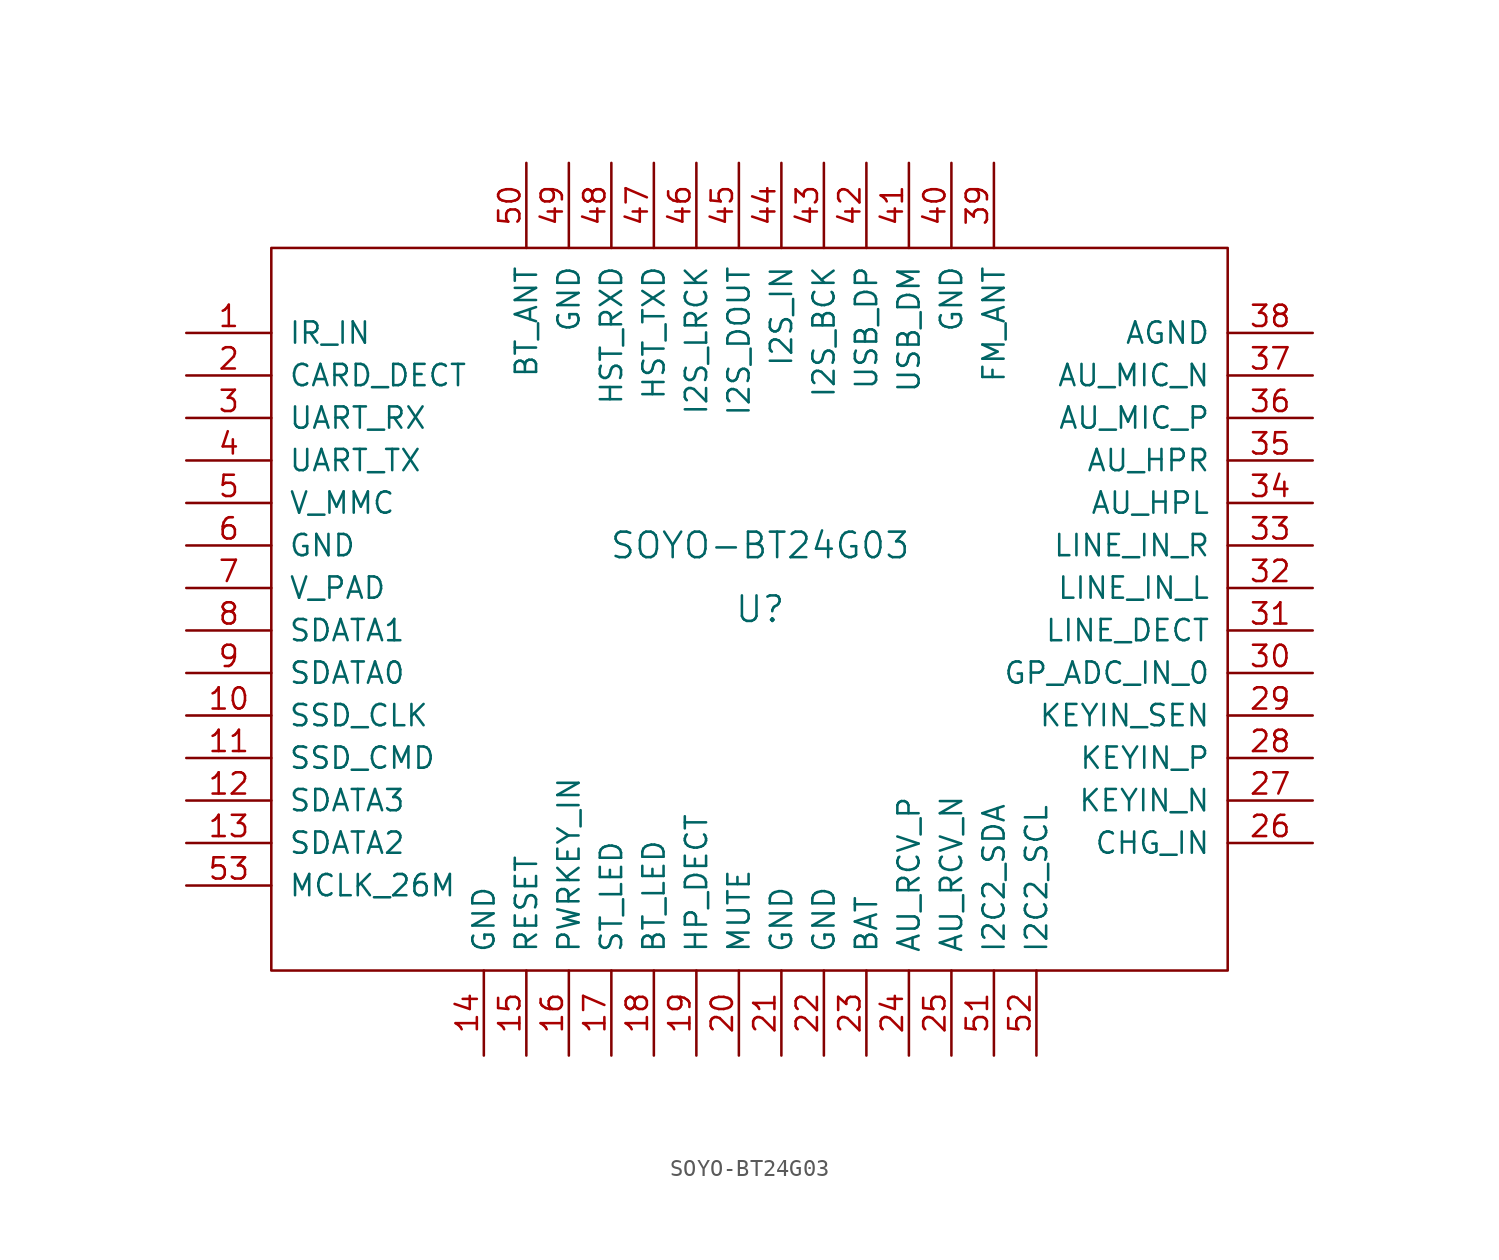
<source format=kicad_sym>
(kicad_symbol_lib
  (version 20211014)
  (generator kicad_symbol_editor)
  (symbol "SOYO-BT24G03"
    (pin_names
      (offset 1.016))
    (property "Reference" "U"
      (at 19.05 -2.54 0)
      (effects (font (size 1.524 1.524))))
    (property "Value" "SOYO-BT24G03"
      (at 19.05 1.27 0)
      (effects (font (size 1.524 1.524))))
    (property "Footprint" ""
      (at 1.27 0 0)
      (effects (font (size 1.524 1.524))))
    (property "Datasheet" ""
      (at 1.27 0 0)
      (effects (font (size 1.524 1.524))))
    (symbol "SOYO-BT24G03_0_1"
      (rectangle (start -10.16 19.05) (end 46.99 -24.13) (stroke (width 0) (type default) (color 0 0 0 0)) (fill (type none))))
    (symbol "SOYO-BT24G03_1_1"
      (pin input line (at -15.24 13.97 0) (length 5.08) (name "IR_IN" (effects (font (size 1.27 1.27)))) (number "1" (effects (font (size 1.27 1.27)))))
      (pin input line (at -15.24 -8.89 0) (length 5.08) (name "SSD_CLK" (effects (font (size 1.27 1.27)))) (number "10" (effects (font (size 1.27 1.27)))))
      (pin input line (at -15.24 -11.43 0) (length 5.08) (name "SSD_CMD" (effects (font (size 1.27 1.27)))) (number "11" (effects (font (size 1.27 1.27)))))
      (pin input line (at -15.24 -13.97 0) (length 5.08) (name "SDATA3" (effects (font (size 1.27 1.27)))) (number "12" (effects (font (size 1.27 1.27)))))
      (pin input line (at -15.24 -16.51 0) (length 5.08) (name "SDATA2" (effects (font (size 1.27 1.27)))) (number "13" (effects (font (size 1.27 1.27)))))
      (pin input line (at 2.54 -29.21 90) (length 5.08) (name "GND" (effects (font (size 1.27 1.27)))) (number "14" (effects (font (size 1.27 1.27)))))
      (pin input line (at 5.08 -29.21 90) (length 5.08) (name "RESET" (effects (font (size 1.27 1.27)))) (number "15" (effects (font (size 1.27 1.27)))))
      (pin input line (at 7.62 -29.21 90) (length 5.08) (name "PWRKEY_IN" (effects (font (size 1.27 1.27)))) (number "16" (effects (font (size 1.27 1.27)))))
      (pin input line (at 10.16 -29.21 90) (length 5.08) (name "ST_LED" (effects (font (size 1.27 1.27)))) (number "17" (effects (font (size 1.27 1.27)))))
      (pin input line (at 12.7 -29.21 90) (length 5.08) (name "BT_LED" (effects (font (size 1.27 1.27)))) (number "18" (effects (font (size 1.27 1.27)))))
      (pin input line (at 15.24 -29.21 90) (length 5.08) (name "HP_DECT" (effects (font (size 1.27 1.27)))) (number "19" (effects (font (size 1.27 1.27)))))
      (pin input line (at -15.24 11.43 0) (length 5.08) (name "CARD_DECT" (effects (font (size 1.27 1.27)))) (number "2" (effects (font (size 1.27 1.27)))))
      (pin input line (at 17.78 -29.21 90) (length 5.08) (name "MUTE" (effects (font (size 1.27 1.27)))) (number "20" (effects (font (size 1.27 1.27)))))
      (pin input line (at 20.32 -29.21 90) (length 5.08) (name "GND" (effects (font (size 1.27 1.27)))) (number "21" (effects (font (size 1.27 1.27)))))
      (pin input line (at 22.86 -29.21 90) (length 5.08) (name "GND" (effects (font (size 1.27 1.27)))) (number "22" (effects (font (size 1.27 1.27)))))
      (pin input line (at 25.4 -29.21 90) (length 5.08) (name "BAT" (effects (font (size 1.27 1.27)))) (number "23" (effects (font (size 1.27 1.27)))))
      (pin input line (at 27.94 -29.21 90) (length 5.08) (name "AU_RCV_P" (effects (font (size 1.27 1.27)))) (number "24" (effects (font (size 1.27 1.27)))))
      (pin input line (at 30.48 -29.21 90) (length 5.08) (name "AU_RCV_N" (effects (font (size 1.27 1.27)))) (number "25" (effects (font (size 1.27 1.27)))))
      (pin input line (at 52.07 -16.51 180) (length 5.08) (name "CHG_IN" (effects (font (size 1.27 1.27)))) (number "26" (effects (font (size 1.27 1.27)))))
      (pin input line (at 52.07 -13.97 180) (length 5.08) (name "KEYIN_N" (effects (font (size 1.27 1.27)))) (number "27" (effects (font (size 1.27 1.27)))))
      (pin input line (at 52.07 -11.43 180) (length 5.08) (name "KEYIN_P" (effects (font (size 1.27 1.27)))) (number "28" (effects (font (size 1.27 1.27)))))
      (pin input line (at 52.07 -8.89 180) (length 5.08) (name "KEYIN_SEN" (effects (font (size 1.27 1.27)))) (number "29" (effects (font (size 1.27 1.27)))))
      (pin input line (at -15.24 8.89 0) (length 5.08) (name "UART_RX" (effects (font (size 1.27 1.27)))) (number "3" (effects (font (size 1.27 1.27)))))
      (pin input line (at 52.07 -6.35 180) (length 5.08) (name "GP_ADC_IN_0" (effects (font (size 1.27 1.27)))) (number "30" (effects (font (size 1.27 1.27)))))
      (pin input line (at 52.07 -3.81 180) (length 5.08) (name "LINE_DECT" (effects (font (size 1.27 1.27)))) (number "31" (effects (font (size 1.27 1.27)))))
      (pin input line (at 52.07 -1.27 180) (length 5.08) (name "LINE_IN_L" (effects (font (size 1.27 1.27)))) (number "32" (effects (font (size 1.27 1.27)))))
      (pin input line (at 52.07 1.27 180) (length 5.08) (name "LINE_IN_R" (effects (font (size 1.27 1.27)))) (number "33" (effects (font (size 1.27 1.27)))))
      (pin input line (at 52.07 3.81 180) (length 5.08) (name "AU_HPL" (effects (font (size 1.27 1.27)))) (number "34" (effects (font (size 1.27 1.27)))))
      (pin input line (at 52.07 6.35 180) (length 5.08) (name "AU_HPR" (effects (font (size 1.27 1.27)))) (number "35" (effects (font (size 1.27 1.27)))))
      (pin input line (at 52.07 8.89 180) (length 5.08) (name "AU_MIC_P" (effects (font (size 1.27 1.27)))) (number "36" (effects (font (size 1.27 1.27)))))
      (pin input line (at 52.07 11.43 180) (length 5.08) (name "AU_MIC_N" (effects (font (size 1.27 1.27)))) (number "37" (effects (font (size 1.27 1.27)))))
      (pin input line (at 52.07 13.97 180) (length 5.08) (name "AGND" (effects (font (size 1.27 1.27)))) (number "38" (effects (font (size 1.27 1.27)))))
      (pin input line (at 33.02 24.13 270) (length 5.08) (name "FM_ANT" (effects (font (size 1.27 1.27)))) (number "39" (effects (font (size 1.27 1.27)))))
      (pin input line (at -15.24 6.35 0) (length 5.08) (name "UART_TX" (effects (font (size 1.27 1.27)))) (number "4" (effects (font (size 1.27 1.27)))))
      (pin input line (at 30.48 24.13 270) (length 5.08) (name "GND" (effects (font (size 1.27 1.27)))) (number "40" (effects (font (size 1.27 1.27)))))
      (pin input line (at 27.94 24.13 270) (length 5.08) (name "USB_DM" (effects (font (size 1.27 1.27)))) (number "41" (effects (font (size 1.27 1.27)))))
      (pin input line (at 25.4 24.13 270) (length 5.08) (name "USB_DP" (effects (font (size 1.27 1.27)))) (number "42" (effects (font (size 1.27 1.27)))))
      (pin input line (at 22.86 24.13 270) (length 5.08) (name "I2S_BCK" (effects (font (size 1.27 1.27)))) (number "43" (effects (font (size 1.27 1.27)))))
      (pin input line (at 20.32 24.13 270) (length 5.08) (name "I2S_IN" (effects (font (size 1.27 1.27)))) (number "44" (effects (font (size 1.27 1.27)))))
      (pin input line (at 17.78 24.13 270) (length 5.08) (name "I2S_DOUT" (effects (font (size 1.27 1.27)))) (number "45" (effects (font (size 1.27 1.27)))))
      (pin input line (at 15.24 24.13 270) (length 5.08) (name "I2S_LRCK" (effects (font (size 1.27 1.27)))) (number "46" (effects (font (size 1.27 1.27)))))
      (pin input line (at 12.7 24.13 270) (length 5.08) (name "HST_TXD" (effects (font (size 1.27 1.27)))) (number "47" (effects (font (size 1.27 1.27)))))
      (pin input line (at 10.16 24.13 270) (length 5.08) (name "HST_RXD" (effects (font (size 1.27 1.27)))) (number "48" (effects (font (size 1.27 1.27)))))
      (pin input line (at 7.62 24.13 270) (length 5.08) (name "GND" (effects (font (size 1.27 1.27)))) (number "49" (effects (font (size 1.27 1.27)))))
      (pin input line (at -15.24 3.81 0) (length 5.08) (name "V_MMC" (effects (font (size 1.27 1.27)))) (number "5" (effects (font (size 1.27 1.27)))))
      (pin input line (at 5.08 24.13 270) (length 5.08) (name "BT_ANT" (effects (font (size 1.27 1.27)))) (number "50" (effects (font (size 1.27 1.27)))))
      (pin input line (at 33.02 -29.21 90) (length 5.08) (name "I2C2_SDA" (effects (font (size 1.27 1.27)))) (number "51" (effects (font (size 1.27 1.27)))))
      (pin input line (at 35.56 -29.21 90) (length 5.08) (name "I2C2_SCL" (effects (font (size 1.27 1.27)))) (number "52" (effects (font (size 1.27 1.27)))))
      (pin input line (at -15.24 -19.05 0) (length 5.08) (name "MCLK_26M" (effects (font (size 1.27 1.27)))) (number "53" (effects (font (size 1.27 1.27)))))
      (pin input line (at -15.24 1.27 0) (length 5.08) (name "GND" (effects (font (size 1.27 1.27)))) (number "6" (effects (font (size 1.27 1.27)))))
      (pin input line (at -15.24 -1.27 0) (length 5.08) (name "V_PAD" (effects (font (size 1.27 1.27)))) (number "7" (effects (font (size 1.27 1.27)))))
      (pin input line (at -15.24 -3.81 0) (length 5.08) (name "SDATA1" (effects (font (size 1.27 1.27)))) (number "8" (effects (font (size 1.27 1.27)))))
      (pin input line (at -15.24 -6.35 0) (length 5.08) (name "SDATA0" (effects (font (size 1.27 1.27)))) (number "9" (effects (font (size 1.27 1.27))))))))
</source>
